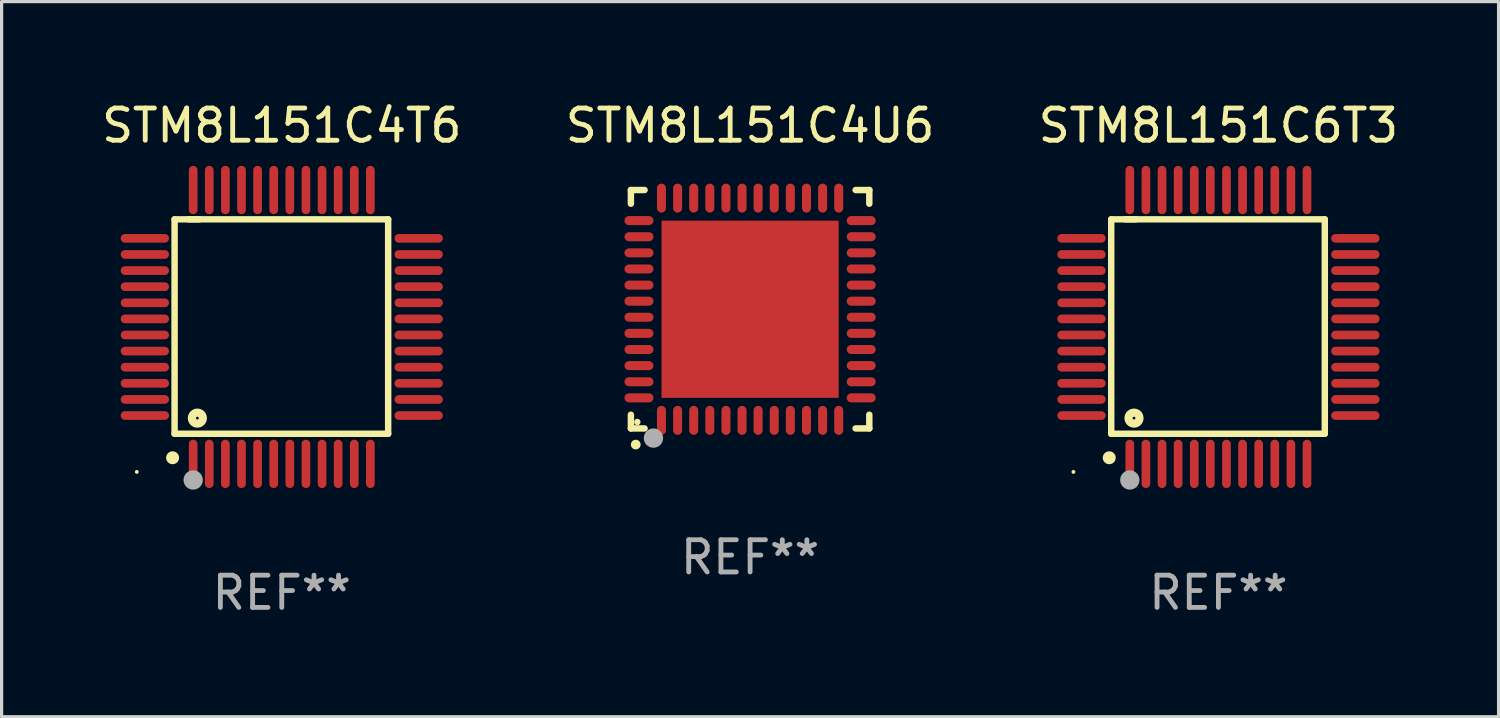
<source format=kicad_pcb>
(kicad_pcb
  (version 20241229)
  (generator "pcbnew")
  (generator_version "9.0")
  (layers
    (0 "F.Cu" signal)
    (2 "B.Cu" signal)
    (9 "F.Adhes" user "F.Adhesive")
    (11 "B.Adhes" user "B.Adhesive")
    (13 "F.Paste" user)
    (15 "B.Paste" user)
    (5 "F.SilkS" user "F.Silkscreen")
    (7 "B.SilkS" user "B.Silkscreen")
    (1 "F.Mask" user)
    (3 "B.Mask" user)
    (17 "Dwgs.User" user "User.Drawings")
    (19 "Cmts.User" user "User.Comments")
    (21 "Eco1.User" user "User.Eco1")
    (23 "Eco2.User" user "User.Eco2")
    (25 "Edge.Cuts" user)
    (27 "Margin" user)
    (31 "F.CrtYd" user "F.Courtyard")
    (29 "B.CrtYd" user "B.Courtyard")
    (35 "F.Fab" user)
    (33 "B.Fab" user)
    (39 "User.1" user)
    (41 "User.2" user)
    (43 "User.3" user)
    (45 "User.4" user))
  (footprint "STM8L151C4U6"
    (layer "F.Cu")
    (at 20.232 6.548)
    (property "Reference" "STM8L151C4U6" (at 0 -5.7 0) (layer "F.SilkS") (effects (font (size 1 1) (thickness 0.15))))
    (attr through_hole)
    (fp_line (start -3.7 -3.7) (end -3.275 -3.7) (stroke (width 0.2) (type solid)) (layer "F.SilkS"))
    (fp_line (start -3.7 -3.275) (end -3.7 -3.7) (stroke (width 0.2) (type solid)) (layer "F.SilkS"))
    (fp_line (start -3.7 3.7) (end -3.7 3.275) (stroke (width 0.2) (type solid)) (layer "F.SilkS"))
    (fp_line (start -3.275 3.7) (end -3.7 3.7) (stroke (width 0.2) (type solid)) (layer "F.SilkS"))
    (fp_line (start 3.7 -3.7) (end 3.275 -3.7) (stroke (width 0.2) (type solid)) (layer "F.SilkS"))
    (fp_line (start 3.7 -3.275) (end 3.7 -3.7) (stroke (width 0.2) (type solid)) (layer "F.SilkS"))
    (fp_line (start 3.7 3.275) (end 3.7 3.7) (stroke (width 0.2) (type solid)) (layer "F.SilkS"))
    (fp_line (start 3.7 3.7) (end 3.275 3.7) (stroke (width 0.2) (type solid)) (layer "F.SilkS"))
    (fp_arc (start -3.550927 4.201168) (mid -3.549657 4.201163) (end -3.548387 4.201168) (stroke (width 0.3) (type solid)) (layer "F.SilkS"))
    (fp_circle (center -3.5 3.5) (end -3.45 3.5) (stroke (width 0.1) (type solid)) (fill no) (layer "F.SilkS"))
    (fp_circle (center -3 4) (end -2.85 4) (stroke (width 0.3) (type solid)) (fill no) (layer "F.Fab"))
    (fp_text user "REF**" (at 0 7.7 0) (layer "F.Fab") (effects (font (size 1 1) (thickness 0.15))))
    (pad "1" smd oval (at -2.751 3.449) (size 0.28 0.9) (layers "F.Cu" "F.Mask" "F.Paste"))
    (pad "2" smd oval (at -2.25 3.449) (size 0.28 0.9) (layers "F.Cu" "F.Mask" "F.Paste"))
    (pad "3" smd oval (at -1.75 3.449) (size 0.28 0.9) (layers "F.Cu" "F.Mask" "F.Paste"))
    (pad "4" smd oval (at -1.25 3.449) (size 0.28 0.9) (layers "F.Cu" "F.Mask" "F.Paste"))
    (pad "5" smd oval (at -0.749 3.449) (size 0.28 0.9) (layers "F.Cu" "F.Mask" "F.Paste"))
    (pad "6" smd oval (at -0.249 3.449) (size 0.28 0.9) (layers "F.Cu" "F.Mask" "F.Paste"))
    (pad "7" smd oval (at 0.249 3.449) (size 0.28 0.9) (layers "F.Cu" "F.Mask" "F.Paste"))
    (pad "8" smd oval (at 0.749 3.449) (size 0.28 0.9) (layers "F.Cu" "F.Mask" "F.Paste"))
    (pad "9" smd oval (at 1.25 3.449) (size 0.28 0.9) (layers "F.Cu" "F.Mask" "F.Paste"))
    (pad "10" smd oval (at 1.75 3.449) (size 0.28 0.9) (layers "F.Cu" "F.Mask" "F.Paste"))
    (pad "11" smd oval (at 2.251 3.449) (size 0.28 0.9) (layers "F.Cu" "F.Mask" "F.Paste"))
    (pad "12" smd oval (at 2.751 3.449) (size 0.28 0.9) (layers "F.Cu" "F.Mask" "F.Paste"))
    (pad "13" smd oval (at 3.449 2.751) (size 0.9 0.28) (layers "F.Cu" "F.Mask" "F.Paste"))
    (pad "14" smd oval (at 3.449 2.251) (size 0.9 0.28) (layers "F.Cu" "F.Mask" "F.Paste"))
    (pad "15" smd oval (at 3.449 1.75) (size 0.9 0.28) (layers "F.Cu" "F.Mask" "F.Paste"))
    (pad "16" smd oval (at 3.449 1.25) (size 0.9 0.28) (layers "F.Cu" "F.Mask" "F.Paste"))
    (pad "17" smd oval (at 3.449 0.749) (size 0.9 0.28) (layers "F.Cu" "F.Mask" "F.Paste"))
    (pad "18" smd oval (at 3.449 0.249) (size 0.9 0.28) (layers "F.Cu" "F.Mask" "F.Paste"))
    (pad "19" smd oval (at 3.449 -0.249) (size 0.9 0.28) (layers "F.Cu" "F.Mask" "F.Paste"))
    (pad "20" smd oval (at 3.449 -0.749) (size 0.9 0.28) (layers "F.Cu" "F.Mask" "F.Paste"))
    (pad "21" smd oval (at 3.449 -1.25) (size 0.9 0.28) (layers "F.Cu" "F.Mask" "F.Paste"))
    (pad "22" smd oval (at 3.449 -1.75) (size 0.9 0.28) (layers "F.Cu" "F.Mask" "F.Paste"))
    (pad "23" smd oval (at 3.449 -2.25) (size 0.9 0.28) (layers "F.Cu" "F.Mask" "F.Paste"))
    (pad "24" smd oval (at 3.449 -2.751) (size 0.9 0.28) (layers "F.Cu" "F.Mask" "F.Paste"))
    (pad "25" smd oval (at 2.751 -3.449) (size 0.28 0.9) (layers "F.Cu" "F.Mask" "F.Paste"))
    (pad "26" smd oval (at 2.251 -3.449) (size 0.28 0.9) (layers "F.Cu" "F.Mask" "F.Paste"))
    (pad "27" smd oval (at 1.75 -3.449) (size 0.28 0.9) (layers "F.Cu" "F.Mask" "F.Paste"))
    (pad "28" smd oval (at 1.25 -3.449) (size 0.28 0.9) (layers "F.Cu" "F.Mask" "F.Paste"))
    (pad "29" smd oval (at 0.749 -3.449) (size 0.28 0.9) (layers "F.Cu" "F.Mask" "F.Paste"))
    (pad "30" smd oval (at 0.249 -3.449) (size 0.28 0.9) (layers "F.Cu" "F.Mask" "F.Paste"))
    (pad "31" smd oval (at -0.249 -3.449) (size 0.28 0.9) (layers "F.Cu" "F.Mask" "F.Paste"))
    (pad "32" smd oval (at -0.749 -3.449) (size 0.28 0.9) (layers "F.Cu" "F.Mask" "F.Paste"))
    (pad "33" smd oval (at -1.25 -3.449) (size 0.28 0.9) (layers "F.Cu" "F.Mask" "F.Paste"))
    (pad "34" smd oval (at -1.75 -3.449) (size 0.28 0.9) (layers "F.Cu" "F.Mask" "F.Paste"))
    (pad "35" smd oval (at -2.25 -3.449) (size 0.28 0.9) (layers "F.Cu" "F.Mask" "F.Paste"))
    (pad "36" smd oval (at -2.751 -3.449) (size 0.28 0.9) (layers "F.Cu" "F.Mask" "F.Paste"))
    (pad "37" smd oval (at -3.449 -2.751) (size 0.9 0.28) (layers "F.Cu" "F.Mask" "F.Paste"))
    (pad "38" smd oval (at -3.449 -2.25) (size 0.9 0.28) (layers "F.Cu" "F.Mask" "F.Paste"))
    (pad "39" smd oval (at -3.449 -1.75) (size 0.9 0.28) (layers "F.Cu" "F.Mask" "F.Paste"))
    (pad "40" smd oval (at -3.449 -1.25) (size 0.9 0.28) (layers "F.Cu" "F.Mask" "F.Paste"))
    (pad "41" smd oval (at -3.449 -0.749) (size 0.9 0.28) (layers "F.Cu" "F.Mask" "F.Paste"))
    (pad "42" smd oval (at -3.449 -0.249) (size 0.9 0.28) (layers "F.Cu" "F.Mask" "F.Paste"))
    (pad "43" smd oval (at -3.449 0.249) (size 0.9 0.28) (layers "F.Cu" "F.Mask" "F.Paste"))
    (pad "44" smd oval (at -3.449 0.749) (size 0.9 0.28) (layers "F.Cu" "F.Mask" "F.Paste"))
    (pad "45" smd oval (at -3.449 1.25) (size 0.9 0.28) (layers "F.Cu" "F.Mask" "F.Paste"))
    (pad "46" smd oval (at -3.449 1.75) (size 0.9 0.28) (layers "F.Cu" "F.Mask" "F.Paste"))
    (pad "47" smd oval (at -3.449 2.251) (size 0.9 0.28) (layers "F.Cu" "F.Mask" "F.Paste"))
    (pad "48" smd oval (at -3.449 2.751) (size 0.9 0.28) (layers "F.Cu" "F.Mask" "F.Paste"))
    (pad "49" smd rect (at 0.000076 0.000076) (size 5.5 5.5) (layers "F.Cu" "F.Mask" "F.Paste")))
  (footprint "STM8L151C6T3"
    (layer "F.Cu")
    (at 34.768 7.098)
    (property "Reference" "STM8L151C6T3" (at 0 -6.25 0) (layer "F.SilkS") (effects (font (size 1 1) (thickness 0.15))))
    (attr through_hole)
    (fp_line (start -3.327 -3.34) (end -2.565 -3.34) (stroke (width 0.2) (type solid)) (layer "F.SilkS"))
    (fp_line (start -3.327 3.315) (end -3.327 -3.34) (stroke (width 0.2) (type solid)) (layer "F.SilkS"))
    (fp_line (start -2.896 -3.34) (end 3.302 -3.34) (stroke (width 0.2) (type solid)) (layer "F.SilkS"))
    (fp_line (start 3.302 -3.34) (end 3.302 3.315) (stroke (width 0.2) (type solid)) (layer "F.SilkS"))
    (fp_line (start 3.302 3.315) (end -3.327 3.315) (stroke (width 0.2) (type solid)) (layer "F.SilkS"))
    (fp_arc (start -3.389992 4.059995) (mid -3.388722 4.059991) (end -3.387452 4.059995) (stroke (width 0.4) (type solid)) (layer "F.SilkS"))
    (fp_circle (center -4.5 4.5) (end -4.47 4.5) (stroke (width 0.06) (type solid)) (fill no) (layer "F.SilkS"))
    (fp_circle (center -2.62 2.83) (end -2.45 2.83) (stroke (width 0.254) (type solid)) (fill no) (layer "F.SilkS"))
    (fp_circle (center -2.75 4.75) (end -2.6 4.75) (stroke (width 0.3) (type solid)) (fill no) (layer "F.Fab"))
    (fp_text user "REF**" (at 0 8.25 0) (layer "F.Fab") (effects (font (size 1 1) (thickness 0.15))))
    (pad "1" smd oval (at -2.75 4.25) (size 0.27 1.5) (layers "F.Cu" "F.Mask" "F.Paste"))
    (pad "2" smd oval (at -2.25 4.25) (size 0.27 1.5) (layers "F.Cu" "F.Mask" "F.Paste"))
    (pad "3" smd oval (at -1.75 4.25) (size 0.27 1.5) (layers "F.Cu" "F.Mask" "F.Paste"))
    (pad "4" smd oval (at -1.25 4.25) (size 0.27 1.5) (layers "F.Cu" "F.Mask" "F.Paste"))
    (pad "5" smd oval (at -0.75 4.25) (size 0.27 1.5) (layers "F.Cu" "F.Mask" "F.Paste"))
    (pad "6" smd oval (at -0.25 4.25) (size 0.27 1.5) (layers "F.Cu" "F.Mask" "F.Paste"))
    (pad "7" smd oval (at 0.25 4.25) (size 0.27 1.5) (layers "F.Cu" "F.Mask" "F.Paste"))
    (pad "8" smd oval (at 0.75 4.25) (size 0.27 1.5) (layers "F.Cu" "F.Mask" "F.Paste"))
    (pad "9" smd oval (at 1.25 4.25) (size 0.27 1.5) (layers "F.Cu" "F.Mask" "F.Paste"))
    (pad "10" smd oval (at 1.75 4.25) (size 0.27 1.5) (layers "F.Cu" "F.Mask" "F.Paste"))
    (pad "11" smd oval (at 2.25 4.25) (size 0.27 1.5) (layers "F.Cu" "F.Mask" "F.Paste"))
    (pad "12" smd oval (at 2.75 4.25) (size 0.27 1.5) (layers "F.Cu" "F.Mask" "F.Paste"))
    (pad "13" smd oval (at 4.25 2.75) (size 1.5 0.27) (layers "F.Cu" "F.Mask" "F.Paste"))
    (pad "14" smd oval (at 4.25 2.25) (size 1.5 0.27) (layers "F.Cu" "F.Mask" "F.Paste"))
    (pad "15" smd oval (at 4.25 1.75) (size 1.5 0.27) (layers "F.Cu" "F.Mask" "F.Paste"))
    (pad "16" smd oval (at 4.25 1.25) (size 1.5 0.27) (layers "F.Cu" "F.Mask" "F.Paste"))
    (pad "17" smd oval (at 4.25 0.75) (size 1.5 0.27) (layers "F.Cu" "F.Mask" "F.Paste"))
    (pad "18" smd oval (at 4.25 0.25) (size 1.5 0.27) (layers "F.Cu" "F.Mask" "F.Paste"))
    (pad "19" smd oval (at 4.25 -0.25) (size 1.5 0.27) (layers "F.Cu" "F.Mask" "F.Paste"))
    (pad "20" smd oval (at 4.25 -0.75) (size 1.5 0.27) (layers "F.Cu" "F.Mask" "F.Paste"))
    (pad "21" smd oval (at 4.25 -1.25) (size 1.5 0.27) (layers "F.Cu" "F.Mask" "F.Paste"))
    (pad "22" smd oval (at 4.25 -1.75) (size 1.5 0.27) (layers "F.Cu" "F.Mask" "F.Paste"))
    (pad "23" smd oval (at 4.25 -2.25) (size 1.5 0.27) (layers "F.Cu" "F.Mask" "F.Paste"))
    (pad "24" smd oval (at 4.25 -2.75) (size 1.5 0.27) (layers "F.Cu" "F.Mask" "F.Paste"))
    (pad "25" smd oval (at 2.75 -4.25) (size 0.27 1.5) (layers "F.Cu" "F.Mask" "F.Paste"))
    (pad "26" smd oval (at 2.25 -4.25) (size 0.27 1.5) (layers "F.Cu" "F.Mask" "F.Paste"))
    (pad "27" smd oval (at 1.75 -4.25) (size 0.27 1.5) (layers "F.Cu" "F.Mask" "F.Paste"))
    (pad "28" smd oval (at 1.25 -4.25) (size 0.27 1.5) (layers "F.Cu" "F.Mask" "F.Paste"))
    (pad "29" smd oval (at 0.75 -4.25) (size 0.27 1.5) (layers "F.Cu" "F.Mask" "F.Paste"))
    (pad "30" smd oval (at 0.25 -4.25) (size 0.27 1.5) (layers "F.Cu" "F.Mask" "F.Paste"))
    (pad "31" smd oval (at -0.25 -4.25) (size 0.27 1.5) (layers "F.Cu" "F.Mask" "F.Paste"))
    (pad "32" smd oval (at -0.75 -4.25) (size 0.27 1.5) (layers "F.Cu" "F.Mask" "F.Paste"))
    (pad "33" smd oval (at -1.25 -4.25) (size 0.27 1.5) (layers "F.Cu" "F.Mask" "F.Paste"))
    (pad "34" smd oval (at -1.75 -4.25) (size 0.27 1.5) (layers "F.Cu" "F.Mask" "F.Paste"))
    (pad "35" smd oval (at -2.25 -4.25) (size 0.27 1.5) (layers "F.Cu" "F.Mask" "F.Paste"))
    (pad "36" smd oval (at -2.75 -4.25) (size 0.27 1.5) (layers "F.Cu" "F.Mask" "F.Paste"))
    (pad "37" smd oval (at -4.25 -2.75) (size 1.5 0.27) (layers "F.Cu" "F.Mask" "F.Paste"))
    (pad "38" smd oval (at -4.25 -2.25) (size 1.5 0.27) (layers "F.Cu" "F.Mask" "F.Paste"))
    (pad "39" smd oval (at -4.25 -1.75) (size 1.5 0.27) (layers "F.Cu" "F.Mask" "F.Paste"))
    (pad "40" smd oval (at -4.25 -1.25) (size 1.5 0.27) (layers "F.Cu" "F.Mask" "F.Paste"))
    (pad "41" smd oval (at -4.25 -0.75) (size 1.5 0.27) (layers "F.Cu" "F.Mask" "F.Paste"))
    (pad "42" smd oval (at -4.25 -0.25) (size 1.5 0.27) (layers "F.Cu" "F.Mask" "F.Paste"))
    (pad "43" smd oval (at -4.25 0.25) (size 1.5 0.27) (layers "F.Cu" "F.Mask" "F.Paste"))
    (pad "44" smd oval (at -4.25 0.75) (size 1.5 0.27) (layers "F.Cu" "F.Mask" "F.Paste"))
    (pad "45" smd oval (at -4.25 1.25) (size 1.5 0.27) (layers "F.Cu" "F.Mask" "F.Paste"))
    (pad "46" smd oval (at -4.25 1.75) (size 1.5 0.27) (layers "F.Cu" "F.Mask" "F.Paste"))
    (pad "47" smd oval (at -4.25 2.25) (size 1.5 0.27) (layers "F.Cu" "F.Mask" "F.Paste"))
    (pad "48" smd oval (at -4.25 2.75) (size 1.5 0.27) (layers "F.Cu" "F.Mask" "F.Paste")))
  (footprint "STM8L151C4T6"
    (layer "F.Cu")
    (at 5.696 7.098)
    (property "Reference" "STM8L151C4T6" (at 0 -6.25 0) (layer "F.SilkS") (effects (font (size 1 1) (thickness 0.15))))
    (attr through_hole)
    (fp_line (start -3.327 -3.34) (end -2.565 -3.34) (stroke (width 0.2) (type solid)) (layer "F.SilkS"))
    (fp_line (start -3.327 3.315) (end -3.327 -3.34) (stroke (width 0.2) (type solid)) (layer "F.SilkS"))
    (fp_line (start -2.896 -3.34) (end 3.302 -3.34) (stroke (width 0.2) (type solid)) (layer "F.SilkS"))
    (fp_line (start 3.302 -3.34) (end 3.302 3.315) (stroke (width 0.2) (type solid)) (layer "F.SilkS"))
    (fp_line (start 3.302 3.315) (end -3.327 3.315) (stroke (width 0.2) (type solid)) (layer "F.SilkS"))
    (fp_arc (start -3.389992 4.059995) (mid -3.388722 4.059991) (end -3.387452 4.059995) (stroke (width 0.4) (type solid)) (layer "F.SilkS"))
    (fp_circle (center -4.5 4.5) (end -4.47 4.5) (stroke (width 0.06) (type solid)) (fill no) (layer "F.SilkS"))
    (fp_circle (center -2.62 2.83) (end -2.45 2.83) (stroke (width 0.254) (type solid)) (fill no) (layer "F.SilkS"))
    (fp_circle (center -2.75 4.75) (end -2.6 4.75) (stroke (width 0.3) (type solid)) (fill no) (layer "F.Fab"))
    (fp_text user "REF**" (at 0 8.25 0) (layer "F.Fab") (effects (font (size 1 1) (thickness 0.15))))
    (pad "1" smd oval (at -2.75 4.25) (size 0.27 1.5) (layers "F.Cu" "F.Mask" "F.Paste"))
    (pad "2" smd oval (at -2.25 4.25) (size 0.27 1.5) (layers "F.Cu" "F.Mask" "F.Paste"))
    (pad "3" smd oval (at -1.75 4.25) (size 0.27 1.5) (layers "F.Cu" "F.Mask" "F.Paste"))
    (pad "4" smd oval (at -1.25 4.25) (size 0.27 1.5) (layers "F.Cu" "F.Mask" "F.Paste"))
    (pad "5" smd oval (at -0.75 4.25) (size 0.27 1.5) (layers "F.Cu" "F.Mask" "F.Paste"))
    (pad "6" smd oval (at -0.25 4.25) (size 0.27 1.5) (layers "F.Cu" "F.Mask" "F.Paste"))
    (pad "7" smd oval (at 0.25 4.25) (size 0.27 1.5) (layers "F.Cu" "F.Mask" "F.Paste"))
    (pad "8" smd oval (at 0.75 4.25) (size 0.27 1.5) (layers "F.Cu" "F.Mask" "F.Paste"))
    (pad "9" smd oval (at 1.25 4.25) (size 0.27 1.5) (layers "F.Cu" "F.Mask" "F.Paste"))
    (pad "10" smd oval (at 1.75 4.25) (size 0.27 1.5) (layers "F.Cu" "F.Mask" "F.Paste"))
    (pad "11" smd oval (at 2.25 4.25) (size 0.27 1.5) (layers "F.Cu" "F.Mask" "F.Paste"))
    (pad "12" smd oval (at 2.75 4.25) (size 0.27 1.5) (layers "F.Cu" "F.Mask" "F.Paste"))
    (pad "13" smd oval (at 4.25 2.75) (size 1.5 0.27) (layers "F.Cu" "F.Mask" "F.Paste"))
    (pad "14" smd oval (at 4.25 2.25) (size 1.5 0.27) (layers "F.Cu" "F.Mask" "F.Paste"))
    (pad "15" smd oval (at 4.25 1.75) (size 1.5 0.27) (layers "F.Cu" "F.Mask" "F.Paste"))
    (pad "16" smd oval (at 4.25 1.25) (size 1.5 0.27) (layers "F.Cu" "F.Mask" "F.Paste"))
    (pad "17" smd oval (at 4.25 0.75) (size 1.5 0.27) (layers "F.Cu" "F.Mask" "F.Paste"))
    (pad "18" smd oval (at 4.25 0.25) (size 1.5 0.27) (layers "F.Cu" "F.Mask" "F.Paste"))
    (pad "19" smd oval (at 4.25 -0.25) (size 1.5 0.27) (layers "F.Cu" "F.Mask" "F.Paste"))
    (pad "20" smd oval (at 4.25 -0.75) (size 1.5 0.27) (layers "F.Cu" "F.Mask" "F.Paste"))
    (pad "21" smd oval (at 4.25 -1.25) (size 1.5 0.27) (layers "F.Cu" "F.Mask" "F.Paste"))
    (pad "22" smd oval (at 4.25 -1.75) (size 1.5 0.27) (layers "F.Cu" "F.Mask" "F.Paste"))
    (pad "23" smd oval (at 4.25 -2.25) (size 1.5 0.27) (layers "F.Cu" "F.Mask" "F.Paste"))
    (pad "24" smd oval (at 4.25 -2.75) (size 1.5 0.27) (layers "F.Cu" "F.Mask" "F.Paste"))
    (pad "25" smd oval (at 2.75 -4.25) (size 0.27 1.5) (layers "F.Cu" "F.Mask" "F.Paste"))
    (pad "26" smd oval (at 2.25 -4.25) (size 0.27 1.5) (layers "F.Cu" "F.Mask" "F.Paste"))
    (pad "27" smd oval (at 1.75 -4.25) (size 0.27 1.5) (layers "F.Cu" "F.Mask" "F.Paste"))
    (pad "28" smd oval (at 1.25 -4.25) (size 0.27 1.5) (layers "F.Cu" "F.Mask" "F.Paste"))
    (pad "29" smd oval (at 0.75 -4.25) (size 0.27 1.5) (layers "F.Cu" "F.Mask" "F.Paste"))
    (pad "30" smd oval (at 0.25 -4.25) (size 0.27 1.5) (layers "F.Cu" "F.Mask" "F.Paste"))
    (pad "31" smd oval (at -0.25 -4.25) (size 0.27 1.5) (layers "F.Cu" "F.Mask" "F.Paste"))
    (pad "32" smd oval (at -0.75 -4.25) (size 0.27 1.5) (layers "F.Cu" "F.Mask" "F.Paste"))
    (pad "33" smd oval (at -1.25 -4.25) (size 0.27 1.5) (layers "F.Cu" "F.Mask" "F.Paste"))
    (pad "34" smd oval (at -1.75 -4.25) (size 0.27 1.5) (layers "F.Cu" "F.Mask" "F.Paste"))
    (pad "35" smd oval (at -2.25 -4.25) (size 0.27 1.5) (layers "F.Cu" "F.Mask" "F.Paste"))
    (pad "36" smd oval (at -2.75 -4.25) (size 0.27 1.5) (layers "F.Cu" "F.Mask" "F.Paste"))
    (pad "37" smd oval (at -4.25 -2.75) (size 1.5 0.27) (layers "F.Cu" "F.Mask" "F.Paste"))
    (pad "38" smd oval (at -4.25 -2.25) (size 1.5 0.27) (layers "F.Cu" "F.Mask" "F.Paste"))
    (pad "39" smd oval (at -4.25 -1.75) (size 1.5 0.27) (layers "F.Cu" "F.Mask" "F.Paste"))
    (pad "40" smd oval (at -4.25 -1.25) (size 1.5 0.27) (layers "F.Cu" "F.Mask" "F.Paste"))
    (pad "41" smd oval (at -4.25 -0.75) (size 1.5 0.27) (layers "F.Cu" "F.Mask" "F.Paste"))
    (pad "42" smd oval (at -4.25 -0.25) (size 1.5 0.27) (layers "F.Cu" "F.Mask" "F.Paste"))
    (pad "43" smd oval (at -4.25 0.25) (size 1.5 0.27) (layers "F.Cu" "F.Mask" "F.Paste"))
    (pad "44" smd oval (at -4.25 0.75) (size 1.5 0.27) (layers "F.Cu" "F.Mask" "F.Paste"))
    (pad "45" smd oval (at -4.25 1.25) (size 1.5 0.27) (layers "F.Cu" "F.Mask" "F.Paste"))
    (pad "46" smd oval (at -4.25 1.75) (size 1.5 0.27) (layers "F.Cu" "F.Mask" "F.Paste"))
    (pad "47" smd oval (at -4.25 2.25) (size 1.5 0.27) (layers "F.Cu" "F.Mask" "F.Paste"))
    (pad "48" smd oval (at -4.25 2.75) (size 1.5 0.27) (layers "F.Cu" "F.Mask" "F.Paste")))
  (gr_rect
    (start -3 -3)
    (end 43.464 19.196)
    (stroke (width 0.1) (type default))
    (fill no)
    (layer "Edge.Cuts")))
</source>
